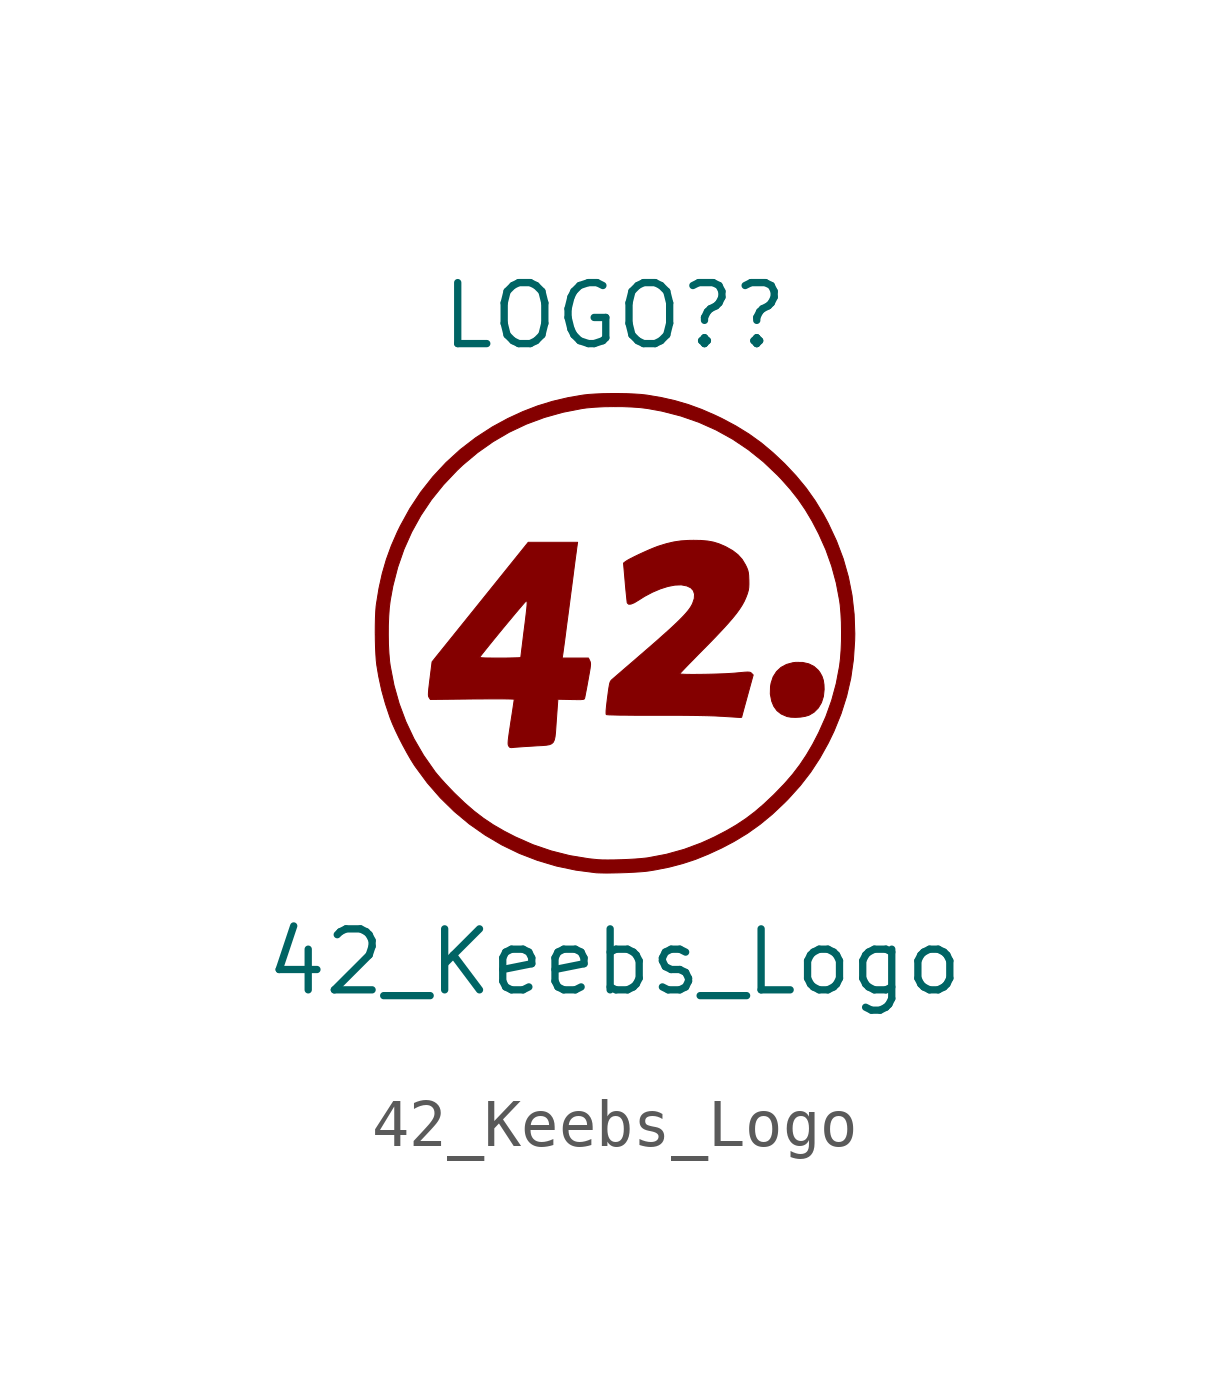
<source format=kicad_sym>
(kicad_symbol_lib
  (version 20211014)
  (generator kicad_symbol_editor)
  (symbol "42_Keebs_Logo"
    (pin_names
      (offset 1.016))
    (property "Reference" "LOGO?"
      (at 0 6.604 0)
      (effects (font (size 1.27 1.27))))
    (property "Value" "42_Keebs_Logo"
      (at 0 -6.858 0)
      (effects (font (size 1.27 1.27))))
    (symbol "42_Keebs_Logo_0_0"
      (polyline (pts (xy 3.876 -1.756) (xy 3.974 -1.74) (xy 4.053 -1.716) (xy 4.156 -1.655) (xy 4.245 -1.566) (xy 4.311 -1.455) (xy 4.352 -1.325) (xy 4.367 -1.18) (xy 4.364 -1.083) (xy 4.35 -0.989) (xy 4.323 -0.907) (xy 4.279 -0.827) (xy 4.245 -0.781) (xy 4.157 -0.702) (xy 4.048 -0.647) (xy 3.92 -0.618) (xy 3.776 -0.616) (xy 3.717 -0.623) (xy 3.583 -0.659) (xy 3.468 -0.721) (xy 3.375 -0.808) (xy 3.305 -0.918) (xy 3.262 -1.049) (xy 3.25 -1.118) (xy 3.246 -1.275) (xy 3.275 -1.425) (xy 3.318 -1.53) (xy 3.384 -1.622) (xy 3.473 -1.692) (xy 3.588 -1.742) (xy 3.592 -1.744) (xy 3.672 -1.758) (xy 3.771 -1.762) (xy 3.876 -1.756)) (stroke (width 0.01) (type default) (color 0 0 0 0)) (fill (type outline)))
      (polyline (pts (xy -2.098 -2.388) (xy -2.095 -2.387) (xy -2.049 -2.383) (xy -1.976 -2.378) (xy -1.884 -2.371) (xy -1.78 -2.365) (xy -1.669 -2.358) (xy -1.61 -2.354) (xy -1.503 -2.349) (xy -1.42 -2.342) (xy -1.356 -2.331) (xy -1.309 -2.311) (xy -1.276 -2.28) (xy -1.254 -2.233) (xy -1.239 -2.167) (xy -1.229 -2.078) (xy -1.221 -1.962) (xy -1.211 -1.817) (xy -1.18 -1.384) (xy -0.906 -1.39) (xy -0.855 -1.391) (xy -0.766 -1.392) (xy -0.705 -1.392) (xy -0.664 -1.389) (xy -0.64 -1.384) (xy -0.628 -1.376) (xy -0.623 -1.364) (xy -0.622 -1.361) (xy -0.615 -1.329) (xy -0.604 -1.269) (xy -0.588 -1.189) (xy -0.57 -1.093) (xy -0.551 -0.987) (xy -0.54 -0.926) (xy -0.522 -0.825) (xy -0.509 -0.749) (xy -0.502 -0.694) (xy -0.499 -0.655) (xy -0.501 -0.627) (xy -0.506 -0.605) (xy -0.515 -0.584) (xy -0.543 -0.526) (xy -1.09 -0.526) (xy -1.081 -0.471) (xy -1.08 -0.465) (xy -1.074 -0.426) (xy -1.065 -0.358) (xy -1.052 -0.264) (xy -1.036 -0.146) (xy -1.018 -0.007) (xy -0.998 0.15) (xy -0.975 0.321) (xy -0.951 0.504) (xy -0.926 0.696) (xy -0.916 0.775) (xy -0.891 0.963) (xy -0.868 1.14) (xy -0.847 1.305) (xy -0.828 1.452) (xy -0.811 1.581) (xy -0.796 1.688) (xy -0.786 1.77) (xy -0.778 1.823) (xy -0.775 1.847) (xy -0.769 1.885) (xy -1.797 1.885) (xy -2.799 0.639) (xy -3.72 -0.505) (xy -2.806 -0.505) (xy -2.799 -0.496) (xy -2.743 -0.424) (xy -2.675 -0.339) (xy -2.597 -0.242) (xy -2.512 -0.137) (xy -2.422 -0.027) (xy -2.331 0.084) (xy -2.24 0.194) (xy -2.152 0.299) (xy -2.071 0.397) (xy -1.997 0.484) (xy -1.935 0.557) (xy -1.886 0.614) (xy -1.854 0.649) (xy -1.84 0.662) (xy -1.839 0.662) (xy -1.831 0.661) (xy -1.824 0.654) (xy -1.821 0.639) (xy -1.82 0.612) (xy -1.822 0.571) (xy -1.827 0.512) (xy -1.836 0.432) (xy -1.848 0.328) (xy -1.864 0.196) (xy -1.885 0.034) (xy -1.894 -0.037) (xy -1.909 -0.162) (xy -1.923 -0.275) (xy -1.935 -0.371) (xy -1.944 -0.445) (xy -1.95 -0.494) (xy -1.952 -0.514) (xy -1.965 -0.517) (xy -2.008 -0.52) (xy -2.076 -0.522) (xy -2.165 -0.524) (xy -2.27 -0.526) (xy -2.388 -0.526) (xy -2.495 -0.526) (xy -2.608 -0.525) (xy -2.692 -0.524) (xy -2.751 -0.521) (xy -2.788 -0.517) (xy -2.805 -0.512) (xy -2.806 -0.505) (xy -3.72 -0.505) (xy -3.8 -0.606) (xy -3.844 -0.958) (xy -3.846 -0.974) (xy -3.86 -1.089) (xy -3.87 -1.175) (xy -3.875 -1.238) (xy -3.877 -1.282) (xy -3.875 -1.313) (xy -3.87 -1.333) (xy -3.861 -1.349) (xy -3.835 -1.389) (xy -2.962 -1.379) (xy -2.785 -1.378) (xy -2.615 -1.377) (xy -2.464 -1.377) (xy -2.335 -1.377) (xy -2.231 -1.378) (xy -2.153 -1.38) (xy -2.105 -1.382) (xy -2.088 -1.385) (xy -2.088 -1.385) (xy -2.091 -1.407) (xy -2.098 -1.456) (xy -2.109 -1.531) (xy -2.123 -1.625) (xy -2.14 -1.735) (xy -2.159 -1.855) (xy -2.176 -1.97) (xy -2.193 -2.083) (xy -2.205 -2.17) (xy -2.213 -2.235) (xy -2.216 -2.282) (xy -2.216 -2.315) (xy -2.213 -2.337) (xy -2.206 -2.353) (xy -2.197 -2.369) (xy -2.179 -2.387) (xy -2.149 -2.392) (xy -2.098 -2.388)) (stroke (width 0.01) (type default) (color 0 0 0 0)) (fill (type outline)))
      (polyline (pts (xy 2.649 -1.759) (xy 2.653 -1.742) (xy 2.665 -1.696) (xy 2.684 -1.626) (xy 2.708 -1.537) (xy 2.737 -1.432) (xy 2.769 -1.315) (xy 2.889 -0.878) (xy 2.855 -0.844) (xy 2.853 -0.842) (xy 2.84 -0.83) (xy 2.824 -0.823) (xy 2.801 -0.819) (xy 2.765 -0.818) (xy 2.711 -0.821) (xy 2.633 -0.828) (xy 2.527 -0.838) (xy 2.494 -0.841) (xy 2.404 -0.847) (xy 2.298 -0.853) (xy 2.181 -0.857) (xy 2.057 -0.861) (xy 1.93 -0.864) (xy 1.806 -0.866) (xy 1.688 -0.867) (xy 1.581 -0.867) (xy 1.49 -0.866) (xy 1.42 -0.863) (xy 1.375 -0.86) (xy 1.358 -0.855) (xy 1.36 -0.851) (xy 1.381 -0.828) (xy 1.423 -0.784) (xy 1.482 -0.722) (xy 1.556 -0.645) (xy 1.644 -0.556) (xy 1.741 -0.456) (xy 1.847 -0.349) (xy 1.958 -0.237) (xy 2.114 -0.076) (xy 2.248 0.066) (xy 2.362 0.191) (xy 2.458 0.302) (xy 2.539 0.402) (xy 2.605 0.493) (xy 2.659 0.577) (xy 2.703 0.657) (xy 2.738 0.736) (xy 2.768 0.815) (xy 2.773 0.832) (xy 2.789 0.889) (xy 2.797 0.946) (xy 2.8 1.014) (xy 2.799 1.105) (xy 2.798 1.113) (xy 2.795 1.194) (xy 2.788 1.254) (xy 2.777 1.302) (xy 2.758 1.352) (xy 2.729 1.413) (xy 2.66 1.528) (xy 2.572 1.626) (xy 2.461 1.712) (xy 2.321 1.791) (xy 2.291 1.805) (xy 2.176 1.854) (xy 2.063 1.889) (xy 1.943 1.911) (xy 1.807 1.923) (xy 1.647 1.926) (xy 1.537 1.924) (xy 1.381 1.914) (xy 1.234 1.892) (xy 1.084 1.857) (xy 0.918 1.806) (xy 0.895 1.798) (xy 0.815 1.767) (xy 0.721 1.728) (xy 0.62 1.683) (xy 0.517 1.636) (xy 0.42 1.589) (xy 0.334 1.546) (xy 0.267 1.509) (xy 0.225 1.481) (xy 0.188 1.452) (xy 0.222 1.061) (xy 0.227 1.001) (xy 0.237 0.892) (xy 0.247 0.795) (xy 0.255 0.716) (xy 0.261 0.66) (xy 0.264 0.632) (xy 0.269 0.619) (xy 0.296 0.595) (xy 0.344 0.598) (xy 0.413 0.626) (xy 0.504 0.681) (xy 0.627 0.759) (xy 0.792 0.846) (xy 0.955 0.915) (xy 1.112 0.965) (xy 1.257 0.993) (xy 1.385 0.998) (xy 1.399 0.997) (xy 1.508 0.976) (xy 1.59 0.937) (xy 1.643 0.879) (xy 1.667 0.804) (xy 1.662 0.713) (xy 1.626 0.607) (xy 1.622 0.599) (xy 1.597 0.553) (xy 1.565 0.503) (xy 1.524 0.45) (xy 1.472 0.389) (xy 1.408 0.321) (xy 1.33 0.243) (xy 1.236 0.153) (xy 1.124 0.05) (xy 0.993 -0.067) (xy 0.841 -0.202) (xy 0.666 -0.354) (xy 0.467 -0.526) (xy 0.375 -0.606) (xy 0.271 -0.695) (xy 0.176 -0.777) (xy 0.094 -0.848) (xy 0.027 -0.906) (xy -0.021 -0.947) (xy -0.046 -0.969) (xy -0.06 -0.981) (xy -0.075 -0.998) (xy -0.087 -1.018) (xy -0.098 -1.047) (xy -0.107 -1.09) (xy -0.118 -1.152) (xy -0.13 -1.237) (xy -0.145 -1.351) (xy -0.153 -1.412) (xy -0.167 -1.534) (xy -0.175 -1.623) (xy -0.176 -1.679) (xy -0.172 -1.703) (xy -0.157 -1.706) (xy -0.108 -1.71) (xy -0.026 -1.712) (xy 0.087 -1.715) (xy 0.233 -1.716) (xy 0.409 -1.718) (xy 0.616 -1.718) (xy 0.852 -1.718) (xy 0.966 -1.718) (xy 1.253 -1.718) (xy 1.509 -1.72) (xy 1.734 -1.723) (xy 1.927 -1.727) (xy 2.088 -1.732) (xy 2.216 -1.739) (xy 2.245 -1.74) (xy 2.352 -1.747) (xy 2.448 -1.753) (xy 2.526 -1.758) (xy 2.583 -1.762) (xy 2.61 -1.763) (xy 2.634 -1.763) (xy 2.649 -1.759)) (stroke (width 0.01) (type default) (color 0 0 0 0)) (fill (type outline)))
      (polyline (pts (xy -0.033 -5.003) (xy 0.11 -5) (xy 0.256 -4.995) (xy 0.397 -4.988) (xy 0.526 -4.98) (xy 0.637 -4.971) (xy 0.722 -4.96) (xy 0.861 -4.937) (xy 1.151 -4.879) (xy 1.423 -4.807) (xy 1.688 -4.72) (xy 1.954 -4.612) (xy 2.233 -4.483) (xy 2.484 -4.351) (xy 2.767 -4.18) (xy 3.032 -3.991) (xy 3.288 -3.78) (xy 3.541 -3.541) (xy 3.622 -3.459) (xy 3.868 -3.186) (xy 4.085 -2.906) (xy 4.278 -2.611) (xy 4.453 -2.297) (xy 4.571 -2.053) (xy 4.719 -1.688) (xy 4.836 -1.32) (xy 4.922 -0.945) (xy 4.977 -0.56) (xy 5.003 -0.161) (xy 5.006 -0.019) (xy 4.992 0.386) (xy 4.948 0.78) (xy 4.872 1.164) (xy 4.765 1.541) (xy 4.624 1.914) (xy 4.45 2.285) (xy 4.351 2.469) (xy 4.179 2.752) (xy 3.991 3.017) (xy 3.78 3.272) (xy 3.542 3.525) (xy 3.302 3.751) (xy 3.055 3.958) (xy 2.799 4.142) (xy 2.528 4.309) (xy 2.233 4.466) (xy 2.092 4.533) (xy 1.816 4.653) (xy 1.545 4.752) (xy 1.27 4.833) (xy 0.982 4.899) (xy 0.671 4.952) (xy 0.668 4.952) (xy 0.556 4.965) (xy 0.417 4.974) (xy 0.261 4.981) (xy 0.092 4.984) (xy -0.079 4.984) (xy -0.247 4.981) (xy -0.404 4.974) (xy -0.542 4.965) (xy -0.654 4.952) (xy -0.964 4.899) (xy -1.291 4.822) (xy -1.604 4.726) (xy -1.912 4.607) (xy -2.224 4.463) (xy -2.544 4.289) (xy -2.888 4.066) (xy -3.211 3.818) (xy -3.51 3.545) (xy -3.786 3.248) (xy -4.038 2.928) (xy -4.264 2.586) (xy -4.463 2.224) (xy -4.523 2.101) (xy -4.649 1.813) (xy -4.753 1.527) (xy -4.838 1.234) (xy -4.906 0.926) (xy -4.96 0.594) (xy -4.966 0.548) (xy -4.974 0.439) (xy -4.98 0.307) (xy -4.983 0.16) (xy -4.984 0.003) (xy -4.983 -0.043) (xy -4.712 -0.043) (xy -4.711 0.155) (xy -4.703 0.346) (xy -4.691 0.521) (xy -4.672 0.671) (xy -4.617 0.972) (xy -4.516 1.365) (xy -4.385 1.741) (xy -4.224 2.101) (xy -4.034 2.444) (xy -3.814 2.772) (xy -3.563 3.083) (xy -3.283 3.379) (xy -3.162 3.494) (xy -2.854 3.752) (xy -2.531 3.98) (xy -2.192 4.178) (xy -1.836 4.346) (xy -1.464 4.484) (xy -1.076 4.593) (xy -0.671 4.672) (xy -0.576 4.685) (xy -0.409 4.699) (xy -0.223 4.709) (xy -0.026 4.712) (xy 0.172 4.711) (xy 0.363 4.703) (xy 0.537 4.691) (xy 0.688 4.672) (xy 0.988 4.617) (xy 1.38 4.516) (xy 1.757 4.385) (xy 2.117 4.224) (xy 2.462 4.033) (xy 2.789 3.813) (xy 3.101 3.563) (xy 3.396 3.283) (xy 3.465 3.211) (xy 3.655 2.998) (xy 3.823 2.786) (xy 3.975 2.564) (xy 4.117 2.326) (xy 4.254 2.063) (xy 4.404 1.728) (xy 4.524 1.39) (xy 4.619 1.04) (xy 4.689 0.671) (xy 4.702 0.576) (xy 4.716 0.409) (xy 4.726 0.223) (xy 4.729 0.026) (xy 4.728 -0.172) (xy 4.72 -0.363) (xy 4.707 -0.538) (xy 4.689 -0.688) (xy 4.689 -0.69) (xy 4.619 -1.058) (xy 4.524 -1.408) (xy 4.403 -1.746) (xy 4.254 -2.08) (xy 4.13 -2.32) (xy 3.999 -2.543) (xy 3.861 -2.75) (xy 3.711 -2.947) (xy 3.541 -3.143) (xy 3.346 -3.345) (xy 3.31 -3.381) (xy 3.114 -3.566) (xy 2.924 -3.729) (xy 2.734 -3.873) (xy 2.535 -4.005) (xy 2.319 -4.13) (xy 2.08 -4.254) (xy 1.81 -4.377) (xy 1.45 -4.511) (xy 1.08 -4.614) (xy 0.696 -4.687) (xy 0.658 -4.692) (xy 0.552 -4.703) (xy 0.424 -4.713) (xy 0.283 -4.721) (xy 0.137 -4.727) (xy -0.008 -4.731) (xy -0.142 -4.732) (xy -0.258 -4.731) (xy -0.348 -4.726) (xy -0.533 -4.707) (xy -0.929 -4.642) (xy -1.317 -4.544) (xy -1.696 -4.415) (xy -2.063 -4.253) (xy -2.302 -4.13) (xy -2.526 -4) (xy -2.732 -3.862) (xy -2.929 -3.711) (xy -3.125 -3.541) (xy -3.328 -3.346) (xy -3.352 -3.322) (xy -3.443 -3.227) (xy -3.534 -3.131) (xy -3.617 -3.038) (xy -3.688 -2.956) (xy -3.741 -2.891) (xy -3.744 -2.886) (xy -3.977 -2.553) (xy -4.177 -2.208) (xy -4.346 -1.85) (xy -4.485 -1.478) (xy -4.594 -1.091) (xy -4.672 -0.688) (xy -4.685 -0.593) (xy -4.699 -0.426) (xy -4.709 -0.24) (xy -4.712 -0.043) (xy -4.983 -0.043) (xy -4.982 -0.156) (xy -4.978 -0.31) (xy -4.971 -0.452) (xy -4.963 -0.574) (xy -4.952 -0.671) (xy -4.912 -0.909) (xy -4.85 -1.198) (xy -4.771 -1.482) (xy -4.673 -1.774) (xy -4.672 -1.776) (xy -4.624 -1.897) (xy -4.561 -2.038) (xy -4.488 -2.19) (xy -4.408 -2.345) (xy -4.326 -2.496) (xy -4.247 -2.634) (xy -4.174 -2.751) (xy -4.146 -2.792) (xy -3.899 -3.127) (xy -3.628 -3.438) (xy -3.337 -3.723) (xy -3.025 -3.983) (xy -2.694 -4.215) (xy -2.346 -4.42) (xy -1.982 -4.596) (xy -1.603 -4.742) (xy -1.21 -4.859) (xy -0.806 -4.944) (xy -0.391 -4.998) (xy -0.371 -5) (xy -0.28 -5.003) (xy -0.165 -5.005) (xy -0.033 -5.003)) (stroke (width 0.01) (type default) (color 0 0 0 0)) (fill (type outline))))))
</source>
